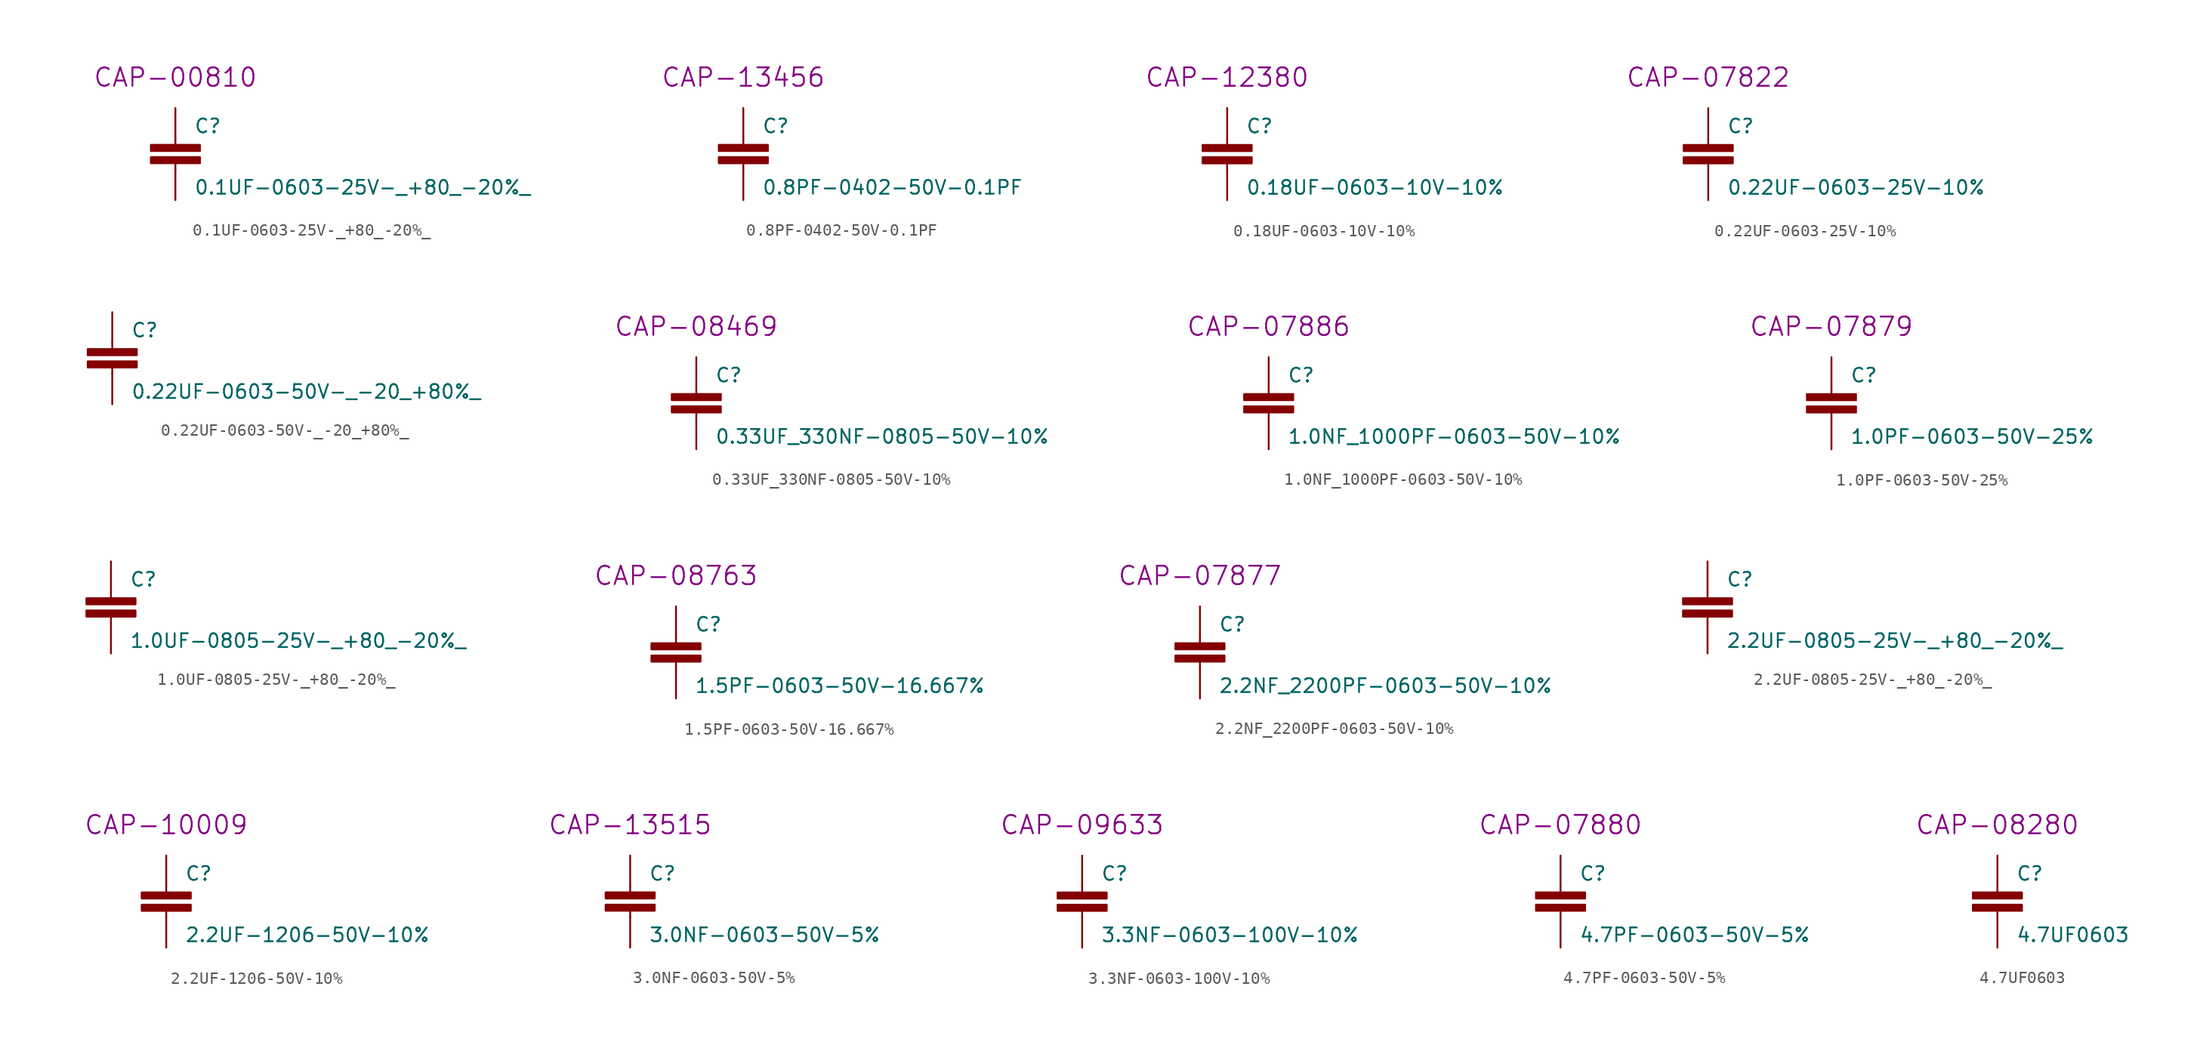
<source format=kicad_sym>
(kicad_symbol_lib
  (version 20211014)
  (generator kicad_symbol_editor)
  (symbol "0.1UF-0603-25V-_+80_-20%_"
    (pin_numbers hide)
    (pin_names
      (offset 1.016) hide)
    (property "Reference" "C"
      (at 1.524 2.921 0)
      (effects (font (size 1.143 1.143)) (justify left bottom)))
    (property "Value" "0.1UF-0603-25V-_+80_-20%_"
      (at 1.524 -2.159 0)
      (effects (font (size 1.143 1.143)) (justify left bottom)))
    (property "Field4" "CAP-00810"
      (at 0 7.62 0)
      (effects (font (size 1.524 1.524))))
    (property "ki_locked" ""
      (at 0 0 0)
      (effects (font (size 1.27 1.27))))
    (symbol "0.1UF-0603-25V-_+80_-20%__1_0"
      (polyline (pts (xy 0 0) (xy 0 0.508)) (stroke (width 0) (type default) (color 0 0 0 0)) (fill (type none)))
      (polyline (pts (xy 0 2.54) (xy 0 2.032)) (stroke (width 0) (type default) (color 0 0 0 0)) (fill (type none))))
    (symbol "0.1UF-0603-25V-_+80_-20%__1_1"
      (rectangle (start -2.032 0.508) (end 2.032 1.016) (stroke (width 0) (type default) (color 0 0 0 0)) (fill (type outline)))
      (rectangle (start -2.032 1.524) (end 2.032 2.032) (stroke (width 0) (type default) (color 0 0 0 0)) (fill (type outline)))
      (pin passive line (at 0 5.08 270) (length 2.54) (name "1" (effects (font (size 1.016 1.016)))) (number "1" (effects (font (size 1.016 1.016)))))
      (pin passive line (at 0 -2.54 90) (length 2.54) (name "2" (effects (font (size 1.016 1.016)))) (number "2" (effects (font (size 1.016 1.016)))))))
  (symbol "0.8PF-0402-50V-0.1PF"
    (pin_numbers hide)
    (pin_names
      (offset 1.016) hide)
    (property "Reference" "C"
      (at 1.524 2.921 0)
      (effects (font (size 1.143 1.143)) (justify left bottom)))
    (property "Value" "0.8PF-0402-50V-0.1PF"
      (at 1.524 -2.159 0)
      (effects (font (size 1.143 1.143)) (justify left bottom)))
    (property "Field4" "CAP-13456"
      (at 0 7.62 0)
      (effects (font (size 1.524 1.524))))
    (property "ki_locked" ""
      (at 0 0 0)
      (effects (font (size 1.27 1.27))))
    (symbol "0.8PF-0402-50V-0.1PF_1_0"
      (polyline (pts (xy 0 0) (xy 0 0.508)) (stroke (width 0) (type default) (color 0 0 0 0)) (fill (type none)))
      (polyline (pts (xy 0 2.54) (xy 0 2.032)) (stroke (width 0) (type default) (color 0 0 0 0)) (fill (type none))))
    (symbol "0.8PF-0402-50V-0.1PF_1_1"
      (rectangle (start -2.032 0.508) (end 2.032 1.016) (stroke (width 0) (type default) (color 0 0 0 0)) (fill (type outline)))
      (rectangle (start -2.032 1.524) (end 2.032 2.032) (stroke (width 0) (type default) (color 0 0 0 0)) (fill (type outline)))
      (pin passive line (at 0 5.08 270) (length 2.54) (name "1" (effects (font (size 1.016 1.016)))) (number "1" (effects (font (size 1.016 1.016)))))
      (pin passive line (at 0 -2.54 90) (length 2.54) (name "2" (effects (font (size 1.016 1.016)))) (number "2" (effects (font (size 1.016 1.016)))))))
  (symbol "0.18UF-0603-10V-10%"
    (pin_numbers hide)
    (pin_names
      (offset 1.016) hide)
    (property "Reference" "C"
      (at 1.524 2.921 0)
      (effects (font (size 1.143 1.143)) (justify left bottom)))
    (property "Value" "0.18UF-0603-10V-10%"
      (at 1.524 -2.159 0)
      (effects (font (size 1.143 1.143)) (justify left bottom)))
    (property "Field4" "CAP-12380"
      (at 0 7.62 0)
      (effects (font (size 1.524 1.524))))
    (property "ki_locked" ""
      (at 0 0 0)
      (effects (font (size 1.27 1.27))))
    (symbol "0.18UF-0603-10V-10%_1_0"
      (polyline (pts (xy 0 0) (xy 0 0.508)) (stroke (width 0) (type default) (color 0 0 0 0)) (fill (type none)))
      (polyline (pts (xy 0 2.54) (xy 0 2.032)) (stroke (width 0) (type default) (color 0 0 0 0)) (fill (type none))))
    (symbol "0.18UF-0603-10V-10%_1_1"
      (rectangle (start -2.032 0.508) (end 2.032 1.016) (stroke (width 0) (type default) (color 0 0 0 0)) (fill (type outline)))
      (rectangle (start -2.032 1.524) (end 2.032 2.032) (stroke (width 0) (type default) (color 0 0 0 0)) (fill (type outline)))
      (pin passive line (at 0 5.08 270) (length 2.54) (name "1" (effects (font (size 1.016 1.016)))) (number "1" (effects (font (size 1.016 1.016)))))
      (pin passive line (at 0 -2.54 90) (length 2.54) (name "2" (effects (font (size 1.016 1.016)))) (number "2" (effects (font (size 1.016 1.016)))))))
  (symbol "0.22UF-0603-25V-10%"
    (pin_numbers hide)
    (pin_names
      (offset 1.016) hide)
    (property "Reference" "C"
      (at 1.524 2.921 0)
      (effects (font (size 1.143 1.143)) (justify left bottom)))
    (property "Value" "0.22UF-0603-25V-10%"
      (at 1.524 -2.159 0)
      (effects (font (size 1.143 1.143)) (justify left bottom)))
    (property "Field4" "CAP-07822"
      (at 0 7.62 0)
      (effects (font (size 1.524 1.524))))
    (property "ki_locked" ""
      (at 0 0 0)
      (effects (font (size 1.27 1.27))))
    (symbol "0.22UF-0603-25V-10%_1_0"
      (polyline (pts (xy 0 0) (xy 0 0.508)) (stroke (width 0) (type default) (color 0 0 0 0)) (fill (type none)))
      (polyline (pts (xy 0 2.54) (xy 0 2.032)) (stroke (width 0) (type default) (color 0 0 0 0)) (fill (type none))))
    (symbol "0.22UF-0603-25V-10%_1_1"
      (rectangle (start -2.032 0.508) (end 2.032 1.016) (stroke (width 0) (type default) (color 0 0 0 0)) (fill (type outline)))
      (rectangle (start -2.032 1.524) (end 2.032 2.032) (stroke (width 0) (type default) (color 0 0 0 0)) (fill (type outline)))
      (pin passive line (at 0 5.08 270) (length 2.54) (name "1" (effects (font (size 1.016 1.016)))) (number "1" (effects (font (size 1.016 1.016)))))
      (pin passive line (at 0 -2.54 90) (length 2.54) (name "2" (effects (font (size 1.016 1.016)))) (number "2" (effects (font (size 1.016 1.016)))))))
  (symbol "0.22UF-0603-50V-_-20_+80%_"
    (pin_numbers hide)
    (pin_names
      (offset 1.016) hide)
    (property "Reference" "C"
      (at 1.524 2.921 0)
      (effects (font (size 1.143 1.143)) (justify left bottom)))
    (property "Value" "0.22UF-0603-50V-_-20_+80%_"
      (at 1.524 -2.159 0)
      (effects (font (size 1.143 1.143)) (justify left bottom)))
    (property "ki_locked" ""
      (at 0 0 0)
      (effects (font (size 1.27 1.27))))
    (symbol "0.22UF-0603-50V-_-20_+80%__1_0"
      (polyline (pts (xy 0 0) (xy 0 0.508)) (stroke (width 0) (type default) (color 0 0 0 0)) (fill (type none)))
      (polyline (pts (xy 0 2.54) (xy 0 2.032)) (stroke (width 0) (type default) (color 0 0 0 0)) (fill (type none))))
    (symbol "0.22UF-0603-50V-_-20_+80%__1_1"
      (rectangle (start -2.032 0.508) (end 2.032 1.016) (stroke (width 0) (type default) (color 0 0 0 0)) (fill (type outline)))
      (rectangle (start -2.032 1.524) (end 2.032 2.032) (stroke (width 0) (type default) (color 0 0 0 0)) (fill (type outline)))
      (pin passive line (at 0 5.08 270) (length 2.54) (name "1" (effects (font (size 1.016 1.016)))) (number "1" (effects (font (size 1.016 1.016)))))
      (pin passive line (at 0 -2.54 90) (length 2.54) (name "2" (effects (font (size 1.016 1.016)))) (number "2" (effects (font (size 1.016 1.016)))))))
  (symbol "0.33UF_330NF-0805-50V-10%"
    (pin_numbers hide)
    (pin_names
      (offset 1.016) hide)
    (property "Reference" "C"
      (at 1.524 2.921 0)
      (effects (font (size 1.143 1.143)) (justify left bottom)))
    (property "Value" "0.33UF_330NF-0805-50V-10%"
      (at 1.524 -2.159 0)
      (effects (font (size 1.143 1.143)) (justify left bottom)))
    (property "Field4" "CAP-08469"
      (at 0 7.62 0)
      (effects (font (size 1.524 1.524))))
    (property "ki_locked" ""
      (at 0 0 0)
      (effects (font (size 1.27 1.27))))
    (symbol "0.33UF_330NF-0805-50V-10%_1_0"
      (polyline (pts (xy 0 0) (xy 0 0.508)) (stroke (width 0) (type default) (color 0 0 0 0)) (fill (type none)))
      (polyline (pts (xy 0 2.54) (xy 0 2.032)) (stroke (width 0) (type default) (color 0 0 0 0)) (fill (type none))))
    (symbol "0.33UF_330NF-0805-50V-10%_1_1"
      (rectangle (start -2.032 0.508) (end 2.032 1.016) (stroke (width 0) (type default) (color 0 0 0 0)) (fill (type outline)))
      (rectangle (start -2.032 1.524) (end 2.032 2.032) (stroke (width 0) (type default) (color 0 0 0 0)) (fill (type outline)))
      (pin passive line (at 0 5.08 270) (length 2.54) (name "1" (effects (font (size 1.016 1.016)))) (number "1" (effects (font (size 1.016 1.016)))))
      (pin passive line (at 0 -2.54 90) (length 2.54) (name "2" (effects (font (size 1.016 1.016)))) (number "2" (effects (font (size 1.016 1.016)))))))
  (symbol "1.0NF_1000PF-0603-50V-10%"
    (pin_numbers hide)
    (pin_names
      (offset 1.016) hide)
    (property "Reference" "C"
      (at 1.524 2.921 0)
      (effects (font (size 1.143 1.143)) (justify left bottom)))
    (property "Value" "1.0NF_1000PF-0603-50V-10%"
      (at 1.524 -2.159 0)
      (effects (font (size 1.143 1.143)) (justify left bottom)))
    (property "Field4" "CAP-07886"
      (at 0 7.62 0)
      (effects (font (size 1.524 1.524))))
    (property "ki_locked" ""
      (at 0 0 0)
      (effects (font (size 1.27 1.27))))
    (symbol "1.0NF_1000PF-0603-50V-10%_1_0"
      (polyline (pts (xy 0 0) (xy 0 0.508)) (stroke (width 0) (type default) (color 0 0 0 0)) (fill (type none)))
      (polyline (pts (xy 0 2.54) (xy 0 2.032)) (stroke (width 0) (type default) (color 0 0 0 0)) (fill (type none))))
    (symbol "1.0NF_1000PF-0603-50V-10%_1_1"
      (rectangle (start -2.032 0.508) (end 2.032 1.016) (stroke (width 0) (type default) (color 0 0 0 0)) (fill (type outline)))
      (rectangle (start -2.032 1.524) (end 2.032 2.032) (stroke (width 0) (type default) (color 0 0 0 0)) (fill (type outline)))
      (pin passive line (at 0 5.08 270) (length 2.54) (name "1" (effects (font (size 1.016 1.016)))) (number "1" (effects (font (size 1.016 1.016)))))
      (pin passive line (at 0 -2.54 90) (length 2.54) (name "2" (effects (font (size 1.016 1.016)))) (number "2" (effects (font (size 1.016 1.016)))))))
  (symbol "1.0PF-0603-50V-25%"
    (pin_numbers hide)
    (pin_names
      (offset 1.016) hide)
    (property "Reference" "C"
      (at 1.524 2.921 0)
      (effects (font (size 1.143 1.143)) (justify left bottom)))
    (property "Value" "1.0PF-0603-50V-25%"
      (at 1.524 -2.159 0)
      (effects (font (size 1.143 1.143)) (justify left bottom)))
    (property "Field4" "CAP-07879"
      (at 0 7.62 0)
      (effects (font (size 1.524 1.524))))
    (property "ki_locked" ""
      (at 0 0 0)
      (effects (font (size 1.27 1.27))))
    (symbol "1.0PF-0603-50V-25%_1_0"
      (polyline (pts (xy 0 0) (xy 0 0.508)) (stroke (width 0) (type default) (color 0 0 0 0)) (fill (type none)))
      (polyline (pts (xy 0 2.54) (xy 0 2.032)) (stroke (width 0) (type default) (color 0 0 0 0)) (fill (type none))))
    (symbol "1.0PF-0603-50V-25%_1_1"
      (rectangle (start -2.032 0.508) (end 2.032 1.016) (stroke (width 0) (type default) (color 0 0 0 0)) (fill (type outline)))
      (rectangle (start -2.032 1.524) (end 2.032 2.032) (stroke (width 0) (type default) (color 0 0 0 0)) (fill (type outline)))
      (pin passive line (at 0 5.08 270) (length 2.54) (name "1" (effects (font (size 1.016 1.016)))) (number "1" (effects (font (size 1.016 1.016)))))
      (pin passive line (at 0 -2.54 90) (length 2.54) (name "2" (effects (font (size 1.016 1.016)))) (number "2" (effects (font (size 1.016 1.016)))))))
  (symbol "1.0UF-0805-25V-_+80_-20%_"
    (pin_numbers hide)
    (pin_names
      (offset 1.016) hide)
    (property "Reference" "C"
      (at 1.524 2.921 0)
      (effects (font (size 1.143 1.143)) (justify left bottom)))
    (property "Value" "1.0UF-0805-25V-_+80_-20%_"
      (at 1.524 -2.159 0)
      (effects (font (size 1.143 1.143)) (justify left bottom)))
    (property "ki_locked" ""
      (at 0 0 0)
      (effects (font (size 1.27 1.27))))
    (symbol "1.0UF-0805-25V-_+80_-20%__1_0"
      (polyline (pts (xy 0 0) (xy 0 0.508)) (stroke (width 0) (type default) (color 0 0 0 0)) (fill (type none)))
      (polyline (pts (xy 0 2.54) (xy 0 2.032)) (stroke (width 0) (type default) (color 0 0 0 0)) (fill (type none))))
    (symbol "1.0UF-0805-25V-_+80_-20%__1_1"
      (rectangle (start -2.032 0.508) (end 2.032 1.016) (stroke (width 0) (type default) (color 0 0 0 0)) (fill (type outline)))
      (rectangle (start -2.032 1.524) (end 2.032 2.032) (stroke (width 0) (type default) (color 0 0 0 0)) (fill (type outline)))
      (pin passive line (at 0 5.08 270) (length 2.54) (name "1" (effects (font (size 1.016 1.016)))) (number "1" (effects (font (size 1.016 1.016)))))
      (pin passive line (at 0 -2.54 90) (length 2.54) (name "2" (effects (font (size 1.016 1.016)))) (number "2" (effects (font (size 1.016 1.016)))))))
  (symbol "1.5PF-0603-50V-16.667%"
    (pin_numbers hide)
    (pin_names
      (offset 1.016) hide)
    (property "Reference" "C"
      (at 1.524 2.921 0)
      (effects (font (size 1.143 1.143)) (justify left bottom)))
    (property "Value" "1.5PF-0603-50V-16.667%"
      (at 1.524 -2.159 0)
      (effects (font (size 1.143 1.143)) (justify left bottom)))
    (property "Field4" "CAP-08763"
      (at 0 7.62 0)
      (effects (font (size 1.524 1.524))))
    (property "ki_locked" ""
      (at 0 0 0)
      (effects (font (size 1.27 1.27))))
    (symbol "1.5PF-0603-50V-16.667%_1_0"
      (polyline (pts (xy 0 0) (xy 0 0.508)) (stroke (width 0) (type default) (color 0 0 0 0)) (fill (type none)))
      (polyline (pts (xy 0 2.54) (xy 0 2.032)) (stroke (width 0) (type default) (color 0 0 0 0)) (fill (type none))))
    (symbol "1.5PF-0603-50V-16.667%_1_1"
      (rectangle (start -2.032 0.508) (end 2.032 1.016) (stroke (width 0) (type default) (color 0 0 0 0)) (fill (type outline)))
      (rectangle (start -2.032 1.524) (end 2.032 2.032) (stroke (width 0) (type default) (color 0 0 0 0)) (fill (type outline)))
      (pin passive line (at 0 5.08 270) (length 2.54) (name "1" (effects (font (size 1.016 1.016)))) (number "1" (effects (font (size 1.016 1.016)))))
      (pin passive line (at 0 -2.54 90) (length 2.54) (name "2" (effects (font (size 1.016 1.016)))) (number "2" (effects (font (size 1.016 1.016)))))))
  (symbol "2.2NF_2200PF-0603-50V-10%"
    (pin_numbers hide)
    (pin_names
      (offset 1.016) hide)
    (property "Reference" "C"
      (at 1.524 2.921 0)
      (effects (font (size 1.143 1.143)) (justify left bottom)))
    (property "Value" "2.2NF_2200PF-0603-50V-10%"
      (at 1.524 -2.159 0)
      (effects (font (size 1.143 1.143)) (justify left bottom)))
    (property "Field4" "CAP-07877"
      (at 0 7.62 0)
      (effects (font (size 1.524 1.524))))
    (property "ki_locked" ""
      (at 0 0 0)
      (effects (font (size 1.27 1.27))))
    (symbol "2.2NF_2200PF-0603-50V-10%_1_0"
      (polyline (pts (xy 0 0) (xy 0 0.508)) (stroke (width 0) (type default) (color 0 0 0 0)) (fill (type none)))
      (polyline (pts (xy 0 2.54) (xy 0 2.032)) (stroke (width 0) (type default) (color 0 0 0 0)) (fill (type none))))
    (symbol "2.2NF_2200PF-0603-50V-10%_1_1"
      (rectangle (start -2.032 0.508) (end 2.032 1.016) (stroke (width 0) (type default) (color 0 0 0 0)) (fill (type outline)))
      (rectangle (start -2.032 1.524) (end 2.032 2.032) (stroke (width 0) (type default) (color 0 0 0 0)) (fill (type outline)))
      (pin passive line (at 0 5.08 270) (length 2.54) (name "1" (effects (font (size 1.016 1.016)))) (number "1" (effects (font (size 1.016 1.016)))))
      (pin passive line (at 0 -2.54 90) (length 2.54) (name "2" (effects (font (size 1.016 1.016)))) (number "2" (effects (font (size 1.016 1.016)))))))
  (symbol "2.2UF-0805-25V-_+80_-20%_"
    (pin_numbers hide)
    (pin_names
      (offset 1.016) hide)
    (property "Reference" "C"
      (at 1.524 2.921 0)
      (effects (font (size 1.143 1.143)) (justify left bottom)))
    (property "Value" "2.2UF-0805-25V-_+80_-20%_"
      (at 1.524 -2.159 0)
      (effects (font (size 1.143 1.143)) (justify left bottom)))
    (property "ki_locked" ""
      (at 0 0 0)
      (effects (font (size 1.27 1.27))))
    (symbol "2.2UF-0805-25V-_+80_-20%__1_0"
      (polyline (pts (xy 0 0) (xy 0 0.508)) (stroke (width 0) (type default) (color 0 0 0 0)) (fill (type none)))
      (polyline (pts (xy 0 2.54) (xy 0 2.032)) (stroke (width 0) (type default) (color 0 0 0 0)) (fill (type none))))
    (symbol "2.2UF-0805-25V-_+80_-20%__1_1"
      (rectangle (start -2.032 0.508) (end 2.032 1.016) (stroke (width 0) (type default) (color 0 0 0 0)) (fill (type outline)))
      (rectangle (start -2.032 1.524) (end 2.032 2.032) (stroke (width 0) (type default) (color 0 0 0 0)) (fill (type outline)))
      (pin passive line (at 0 5.08 270) (length 2.54) (name "1" (effects (font (size 1.016 1.016)))) (number "1" (effects (font (size 1.016 1.016)))))
      (pin passive line (at 0 -2.54 90) (length 2.54) (name "2" (effects (font (size 1.016 1.016)))) (number "2" (effects (font (size 1.016 1.016)))))))
  (symbol "2.2UF-1206-50V-10%"
    (pin_numbers hide)
    (pin_names
      (offset 1.016) hide)
    (property "Reference" "C"
      (at 1.524 2.921 0)
      (effects (font (size 1.143 1.143)) (justify left bottom)))
    (property "Value" "2.2UF-1206-50V-10%"
      (at 1.524 -2.159 0)
      (effects (font (size 1.143 1.143)) (justify left bottom)))
    (property "Field4" "CAP-10009"
      (at 0 7.62 0)
      (effects (font (size 1.524 1.524))))
    (property "ki_locked" ""
      (at 0 0 0)
      (effects (font (size 1.27 1.27))))
    (symbol "2.2UF-1206-50V-10%_1_0"
      (polyline (pts (xy 0 0) (xy 0 0.508)) (stroke (width 0) (type default) (color 0 0 0 0)) (fill (type none)))
      (polyline (pts (xy 0 2.54) (xy 0 2.032)) (stroke (width 0) (type default) (color 0 0 0 0)) (fill (type none))))
    (symbol "2.2UF-1206-50V-10%_1_1"
      (rectangle (start -2.032 0.508) (end 2.032 1.016) (stroke (width 0) (type default) (color 0 0 0 0)) (fill (type outline)))
      (rectangle (start -2.032 1.524) (end 2.032 2.032) (stroke (width 0) (type default) (color 0 0 0 0)) (fill (type outline)))
      (pin passive line (at 0 5.08 270) (length 2.54) (name "1" (effects (font (size 1.016 1.016)))) (number "1" (effects (font (size 1.016 1.016)))))
      (pin passive line (at 0 -2.54 90) (length 2.54) (name "2" (effects (font (size 1.016 1.016)))) (number "2" (effects (font (size 1.016 1.016)))))))
  (symbol "3.0NF-0603-50V-5%"
    (pin_numbers hide)
    (pin_names
      (offset 1.016) hide)
    (property "Reference" "C"
      (at 1.524 2.921 0)
      (effects (font (size 1.143 1.143)) (justify left bottom)))
    (property "Value" "3.0NF-0603-50V-5%"
      (at 1.524 -2.159 0)
      (effects (font (size 1.143 1.143)) (justify left bottom)))
    (property "Field4" "CAP-13515"
      (at 0 7.62 0)
      (effects (font (size 1.524 1.524))))
    (property "ki_locked" ""
      (at 0 0 0)
      (effects (font (size 1.27 1.27))))
    (symbol "3.0NF-0603-50V-5%_1_0"
      (polyline (pts (xy 0 0) (xy 0 0.508)) (stroke (width 0) (type default) (color 0 0 0 0)) (fill (type none)))
      (polyline (pts (xy 0 2.54) (xy 0 2.032)) (stroke (width 0) (type default) (color 0 0 0 0)) (fill (type none))))
    (symbol "3.0NF-0603-50V-5%_1_1"
      (rectangle (start -2.032 0.508) (end 2.032 1.016) (stroke (width 0) (type default) (color 0 0 0 0)) (fill (type outline)))
      (rectangle (start -2.032 1.524) (end 2.032 2.032) (stroke (width 0) (type default) (color 0 0 0 0)) (fill (type outline)))
      (pin passive line (at 0 5.08 270) (length 2.54) (name "1" (effects (font (size 1.016 1.016)))) (number "1" (effects (font (size 1.016 1.016)))))
      (pin passive line (at 0 -2.54 90) (length 2.54) (name "2" (effects (font (size 1.016 1.016)))) (number "2" (effects (font (size 1.016 1.016)))))))
  (symbol "3.3NF-0603-100V-10%"
    (pin_numbers hide)
    (pin_names
      (offset 1.016) hide)
    (property "Reference" "C"
      (at 1.524 2.921 0)
      (effects (font (size 1.143 1.143)) (justify left bottom)))
    (property "Value" "3.3NF-0603-100V-10%"
      (at 1.524 -2.159 0)
      (effects (font (size 1.143 1.143)) (justify left bottom)))
    (property "Field4" "CAP-09633"
      (at 0 7.62 0)
      (effects (font (size 1.524 1.524))))
    (property "ki_locked" ""
      (at 0 0 0)
      (effects (font (size 1.27 1.27))))
    (symbol "3.3NF-0603-100V-10%_1_0"
      (polyline (pts (xy 0 0) (xy 0 0.508)) (stroke (width 0) (type default) (color 0 0 0 0)) (fill (type none)))
      (polyline (pts (xy 0 2.54) (xy 0 2.032)) (stroke (width 0) (type default) (color 0 0 0 0)) (fill (type none))))
    (symbol "3.3NF-0603-100V-10%_1_1"
      (rectangle (start -2.032 0.508) (end 2.032 1.016) (stroke (width 0) (type default) (color 0 0 0 0)) (fill (type outline)))
      (rectangle (start -2.032 1.524) (end 2.032 2.032) (stroke (width 0) (type default) (color 0 0 0 0)) (fill (type outline)))
      (pin passive line (at 0 5.08 270) (length 2.54) (name "1" (effects (font (size 1.016 1.016)))) (number "1" (effects (font (size 1.016 1.016)))))
      (pin passive line (at 0 -2.54 90) (length 2.54) (name "2" (effects (font (size 1.016 1.016)))) (number "2" (effects (font (size 1.016 1.016)))))))
  (symbol "4.7PF-0603-50V-5%"
    (pin_numbers hide)
    (pin_names
      (offset 1.016) hide)
    (property "Reference" "C"
      (at 1.524 2.921 0)
      (effects (font (size 1.143 1.143)) (justify left bottom)))
    (property "Value" "4.7PF-0603-50V-5%"
      (at 1.524 -2.159 0)
      (effects (font (size 1.143 1.143)) (justify left bottom)))
    (property "Field4" "CAP-07880"
      (at 0 7.62 0)
      (effects (font (size 1.524 1.524))))
    (property "ki_locked" ""
      (at 0 0 0)
      (effects (font (size 1.27 1.27))))
    (symbol "4.7PF-0603-50V-5%_1_0"
      (polyline (pts (xy 0 0) (xy 0 0.508)) (stroke (width 0) (type default) (color 0 0 0 0)) (fill (type none)))
      (polyline (pts (xy 0 2.54) (xy 0 2.032)) (stroke (width 0) (type default) (color 0 0 0 0)) (fill (type none))))
    (symbol "4.7PF-0603-50V-5%_1_1"
      (rectangle (start -2.032 0.508) (end 2.032 1.016) (stroke (width 0) (type default) (color 0 0 0 0)) (fill (type outline)))
      (rectangle (start -2.032 1.524) (end 2.032 2.032) (stroke (width 0) (type default) (color 0 0 0 0)) (fill (type outline)))
      (pin passive line (at 0 5.08 270) (length 2.54) (name "1" (effects (font (size 1.016 1.016)))) (number "1" (effects (font (size 1.016 1.016)))))
      (pin passive line (at 0 -2.54 90) (length 2.54) (name "2" (effects (font (size 1.016 1.016)))) (number "2" (effects (font (size 1.016 1.016)))))))
  (symbol "4.7UF0603"
    (pin_numbers hide)
    (pin_names
      (offset 1.016) hide)
    (property "Reference" "C"
      (at 1.524 2.921 0)
      (effects (font (size 1.143 1.143)) (justify left bottom)))
    (property "Value" "4.7UF0603"
      (at 1.524 -2.159 0)
      (effects (font (size 1.143 1.143)) (justify left bottom)))
    (property "Field4" "CAP-08280"
      (at 0 7.62 0)
      (effects (font (size 1.524 1.524))))
    (property "ki_locked" ""
      (at 0 0 0)
      (effects (font (size 1.27 1.27))))
    (symbol "4.7UF0603_1_0"
      (polyline (pts (xy 0 0) (xy 0 0.508)) (stroke (width 0) (type default) (color 0 0 0 0)) (fill (type none)))
      (polyline (pts (xy 0 2.54) (xy 0 2.032)) (stroke (width 0) (type default) (color 0 0 0 0)) (fill (type none))))
    (symbol "4.7UF0603_1_1"
      (rectangle (start -2.032 0.508) (end 2.032 1.016) (stroke (width 0) (type default) (color 0 0 0 0)) (fill (type outline)))
      (rectangle (start -2.032 1.524) (end 2.032 2.032) (stroke (width 0) (type default) (color 0 0 0 0)) (fill (type outline)))
      (pin passive line (at 0 5.08 270) (length 2.54) (name "1" (effects (font (size 1.016 1.016)))) (number "1" (effects (font (size 1.016 1.016)))))
      (pin passive line (at 0 -2.54 90) (length 2.54) (name "2" (effects (font (size 1.016 1.016)))) (number "2" (effects (font (size 1.016 1.016))))))))
</source>
